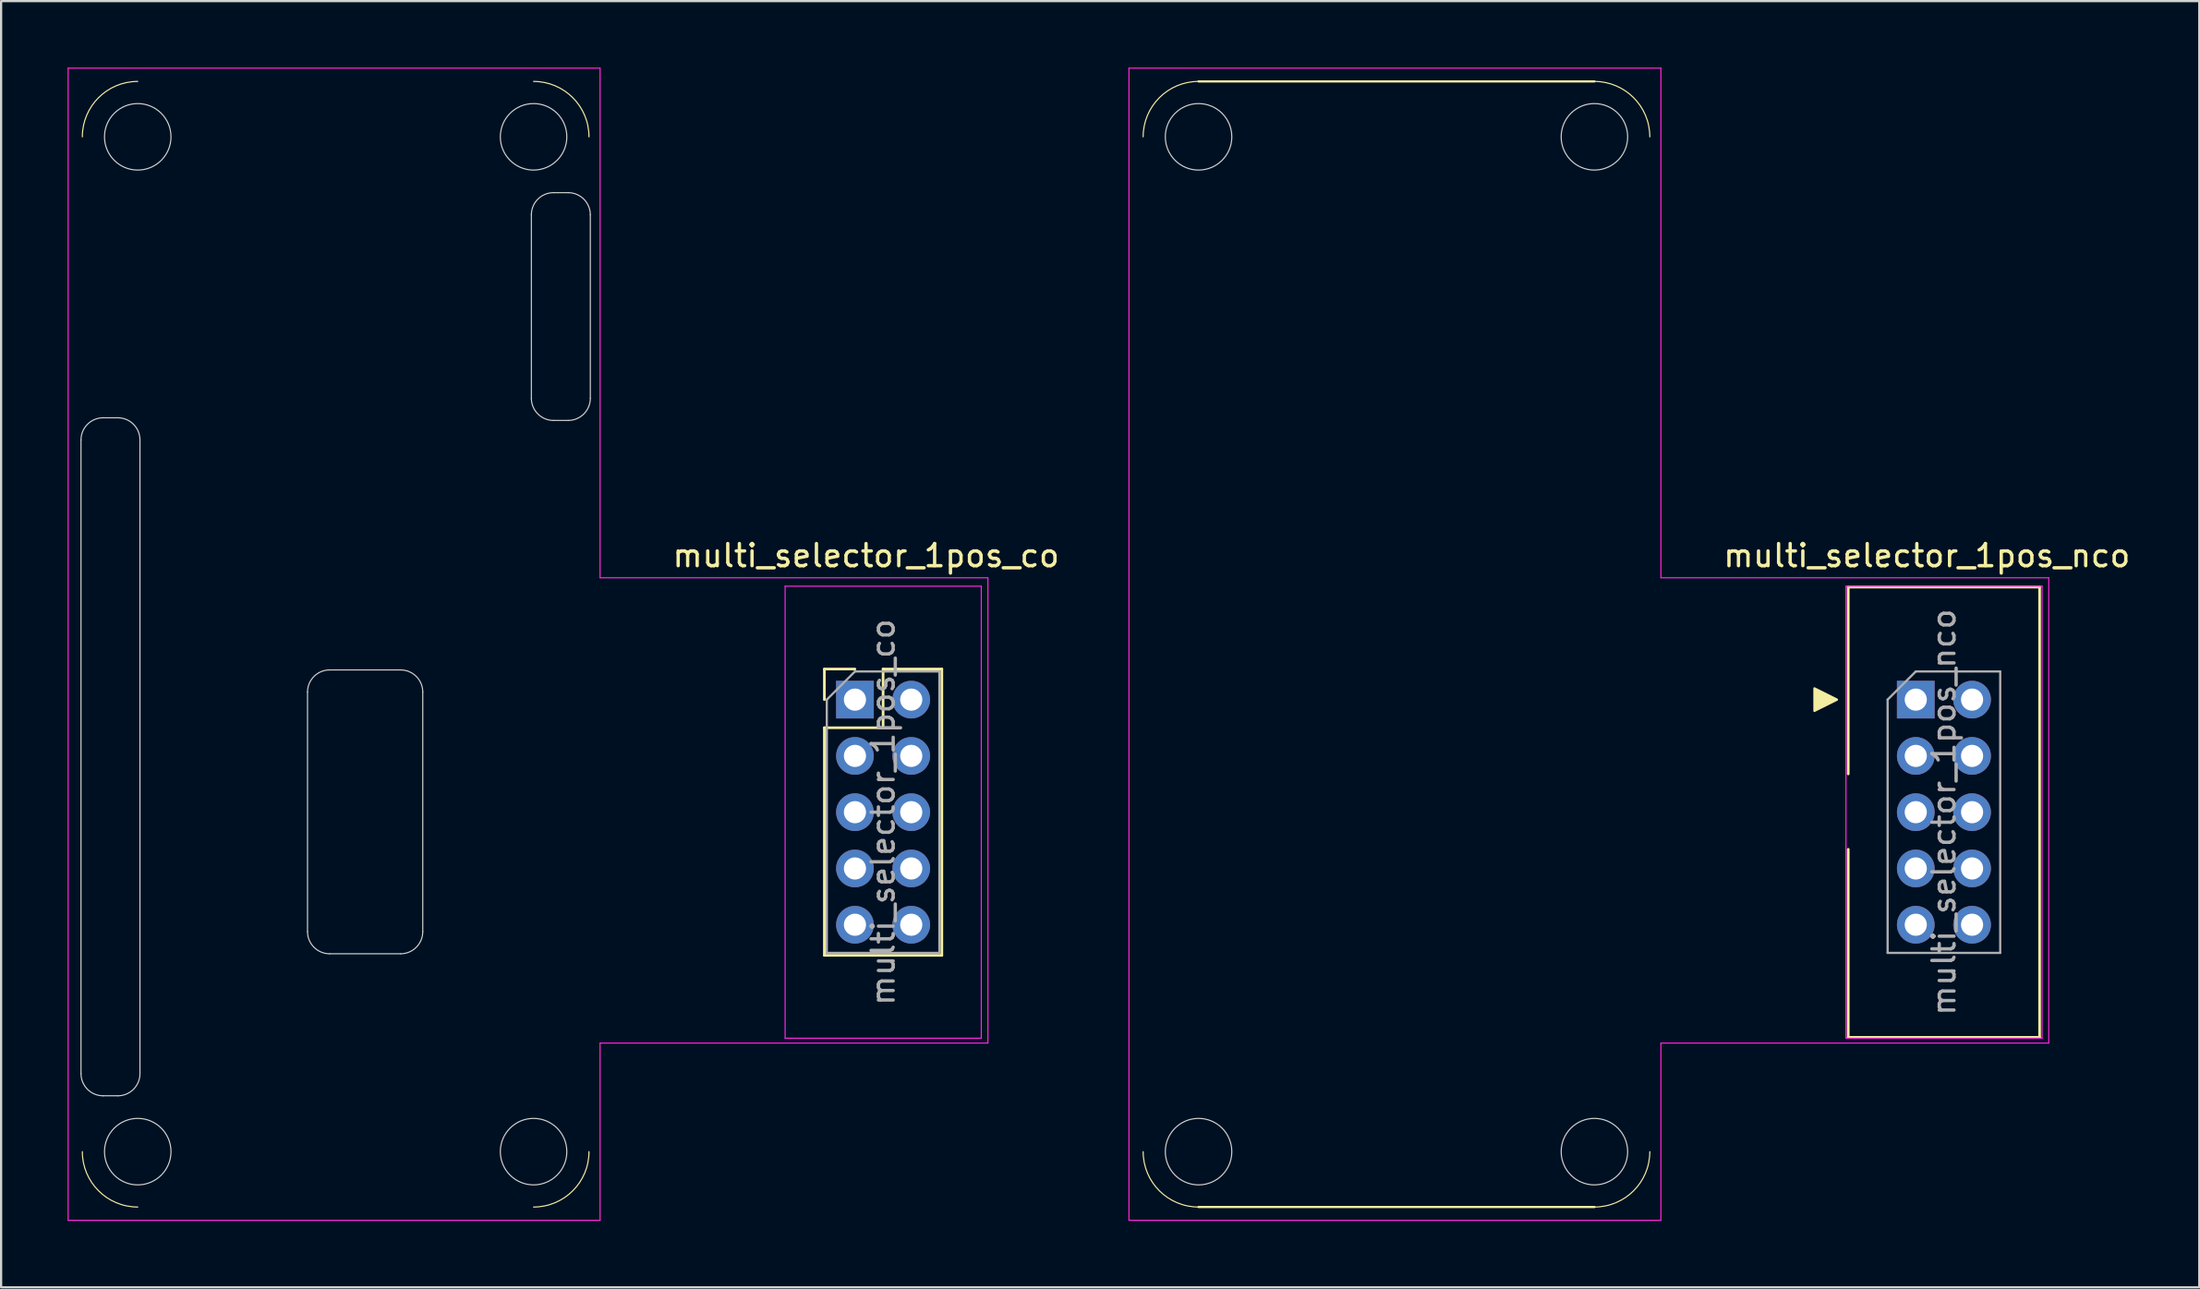
<source format=kicad_pcb>
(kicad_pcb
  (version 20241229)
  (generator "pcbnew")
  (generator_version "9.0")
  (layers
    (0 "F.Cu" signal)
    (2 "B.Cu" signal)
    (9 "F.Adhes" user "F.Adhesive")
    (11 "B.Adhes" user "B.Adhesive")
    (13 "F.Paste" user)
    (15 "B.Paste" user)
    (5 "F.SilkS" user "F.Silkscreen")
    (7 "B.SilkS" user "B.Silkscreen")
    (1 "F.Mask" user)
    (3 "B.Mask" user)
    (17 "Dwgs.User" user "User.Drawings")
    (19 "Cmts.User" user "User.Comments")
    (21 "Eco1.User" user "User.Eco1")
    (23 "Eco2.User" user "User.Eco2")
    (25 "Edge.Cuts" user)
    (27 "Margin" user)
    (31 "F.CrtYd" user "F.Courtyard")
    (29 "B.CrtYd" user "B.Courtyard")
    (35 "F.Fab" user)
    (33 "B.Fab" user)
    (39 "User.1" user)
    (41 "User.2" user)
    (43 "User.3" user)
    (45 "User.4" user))
  (footprint "multi_selector_1pos_co"
    (layer "F.Cu")
    (at 35.525 28.525)
    (property "Reference" "multi_selector_1pos_co" (at 0.5 -6.5 0) (layer "F.SilkS") (effects (font (size 1 1) (thickness 0.15))))
    (attr through_hole)
    (fp_line (start -1.38 -1.38) (end 0 -1.38) (stroke (width 0.12) (type solid)) (layer "F.SilkS"))
    (fp_line (start -1.38 0) (end -1.38 -1.38) (stroke (width 0.12) (type solid)) (layer "F.SilkS"))
    (fp_line (start -1.38 1.27) (end -1.38 11.54) (stroke (width 0.12) (type solid)) (layer "F.SilkS"))
    (fp_line (start -1.38 1.27) (end 1.27 1.27) (stroke (width 0.12) (type solid)) (layer "F.SilkS"))
    (fp_line (start -1.38 11.54) (end 3.92 11.54) (stroke (width 0.12) (type solid)) (layer "F.SilkS"))
    (fp_line (start 1.27 -1.38) (end 3.92 -1.38) (stroke (width 0.12) (type solid)) (layer "F.SilkS"))
    (fp_line (start 1.27 1.27) (end 1.27 -1.38) (stroke (width 0.12) (type solid)) (layer "F.SilkS"))
    (fp_line (start 3.92 -1.38) (end 3.92 11.54) (stroke (width 0.12) (type solid)) (layer "F.SilkS"))
    (fp_arc (start -34.86 -25.4) (mid -34.127767 -27.167767) (end -32.36 -27.9) (stroke (width 0.05) (type solid)) (layer "F.SilkS"))
    (fp_arc (start -32.36 22.9) (mid -34.127767 22.167767) (end -34.86 20.4) (stroke (width 0.05) (type solid)) (layer "F.SilkS"))
    (fp_arc (start -14.5 -27.9) (mid -12.732233 -27.167767) (end -12 -25.4) (stroke (width 0.05) (type solid)) (layer "F.SilkS"))
    (fp_arc (start -12 20.4) (mid -12.732233 22.167767) (end -14.5 22.9) (stroke (width 0.05) (type solid)) (layer "F.SilkS"))
    (fp_line (start -34.92 16.88) (end -34.92 -11.72) (stroke (width 0.05) (type default)) (layer "Edge.Cuts"))
    (fp_line (start -33.92 -12.72) (end -33.26 -12.72) (stroke (width 0.05) (type default)) (layer "Edge.Cuts"))
    (fp_line (start -33.26 17.88) (end -33.92 17.88) (stroke (width 0.05) (type default)) (layer "Edge.Cuts"))
    (fp_line (start -32.26 -11.72) (end -32.26 16.88) (stroke (width 0.05) (type default)) (layer "Edge.Cuts"))
    (fp_line (start -24.7 10.47) (end -24.7 -0.34) (stroke (width 0.05) (type default)) (layer "Edge.Cuts"))
    (fp_line (start -23.7 -1.34) (end -20.5 -1.34) (stroke (width 0.05) (type default)) (layer "Edge.Cuts"))
    (fp_line (start -20.5 11.47) (end -23.7 11.47) (stroke (width 0.05) (type default)) (layer "Edge.Cuts"))
    (fp_line (start -19.5 -0.34) (end -19.5 10.47) (stroke (width 0.05) (type default)) (layer "Edge.Cuts"))
    (fp_line (start -14.6 -13.6) (end -14.6 -21.88) (stroke (width 0.05) (type default)) (layer "Edge.Cuts"))
    (fp_line (start -13.6 -22.88) (end -12.94 -22.88) (stroke (width 0.05) (type default)) (layer "Edge.Cuts"))
    (fp_line (start -12.94 -12.6) (end -13.6 -12.6) (stroke (width 0.05) (type default)) (layer "Edge.Cuts"))
    (fp_line (start -11.94 -21.88) (end -11.94 -13.6) (stroke (width 0.05) (type default)) (layer "Edge.Cuts"))
    (fp_arc (start -34.92 -11.72) (mid -34.627107 -12.427107) (end -33.92 -12.72) (stroke (width 0.05) (type default)) (layer "Edge.Cuts"))
    (fp_arc (start -33.92 17.88) (mid -34.627107 17.587107) (end -34.92 16.88) (stroke (width 0.05) (type default)) (layer "Edge.Cuts"))
    (fp_arc (start -33.26 -12.72) (mid -32.552893 -12.427107) (end -32.26 -11.72) (stroke (width 0.05) (type default)) (layer "Edge.Cuts"))
    (fp_arc (start -32.26 16.88) (mid -32.552893 17.587107) (end -33.26 17.88) (stroke (width 0.05) (type default)) (layer "Edge.Cuts"))
    (fp_arc (start -24.7 -0.34) (mid -24.407107 -1.047107) (end -23.7 -1.34) (stroke (width 0.05) (type default)) (layer "Edge.Cuts"))
    (fp_arc (start -23.7 11.47) (mid -24.407107 11.177107) (end -24.7 10.47) (stroke (width 0.05) (type default)) (layer "Edge.Cuts"))
    (fp_arc (start -20.5 -1.34) (mid -19.792893 -1.047107) (end -19.5 -0.34) (stroke (width 0.05) (type default)) (layer "Edge.Cuts"))
    (fp_arc (start -19.5 10.47) (mid -19.792893 11.177107) (end -20.5 11.47) (stroke (width 0.05) (type default)) (layer "Edge.Cuts"))
    (fp_arc (start -14.6 -21.88) (mid -14.307107 -22.587107) (end -13.6 -22.88) (stroke (width 0.05) (type default)) (layer "Edge.Cuts"))
    (fp_arc (start -13.6 -12.6) (mid -14.307107 -12.892893) (end -14.6 -13.6) (stroke (width 0.05) (type default)) (layer "Edge.Cuts"))
    (fp_arc (start -12.94 -22.88) (mid -12.232893 -22.587107) (end -11.94 -21.88) (stroke (width 0.05) (type default)) (layer "Edge.Cuts"))
    (fp_arc (start -11.94 -13.6) (mid -12.232893 -12.892893) (end -12.94 -12.6) (stroke (width 0.05) (type default)) (layer "Edge.Cuts"))
    (fp_circle (center -32.36 -25.4) (end -30.86 -25.4) (stroke (width 0.05) (type solid)) (fill no) (layer "Edge.Cuts"))
    (fp_circle (center -32.36 20.4) (end -30.86 20.4) (stroke (width 0.05) (type solid)) (fill no) (layer "Edge.Cuts"))
    (fp_circle (center -14.5 -25.4) (end -13 -25.4) (stroke (width 0.05) (type solid)) (fill no) (layer "Edge.Cuts"))
    (fp_circle (center -14.5 20.4) (end -13 20.4) (stroke (width 0.05) (type solid)) (fill no) (layer "Edge.Cuts"))
    (fp_line (start -35.5 23.5) (end -35.5 -28.5) (stroke (width 0.05) (type default)) (layer "F.CrtYd"))
    (fp_line (start -35.5 23.5) (end -11.5 23.5) (stroke (width 0.05) (type default)) (layer "F.CrtYd"))
    (fp_line (start -11.5 -28.5) (end -35.5 -28.5) (stroke (width 0.05) (type default)) (layer "F.CrtYd"))
    (fp_line (start -11.5 -28.5) (end -11.5 -5.5) (stroke (width 0.05) (type solid)) (layer "F.CrtYd"))
    (fp_line (start -11.5 -5.5) (end 6 -5.5) (stroke (width 0.05) (type solid)) (layer "F.CrtYd"))
    (fp_line (start -11.5 15.5) (end -11.5 23.5) (stroke (width 0.05) (type solid)) (layer "F.CrtYd"))
    (fp_line (start -3.15 -5.12) (end 5.7 -5.12) (stroke (width 0.05) (type solid)) (layer "F.CrtYd"))
    (fp_line (start -3.15 15.28) (end -3.15 -5.12) (stroke (width 0.05) (type solid)) (layer "F.CrtYd"))
    (fp_line (start -3.15 15.28) (end 5.7 15.28) (stroke (width 0.05) (type solid)) (layer "F.CrtYd"))
    (fp_line (start 5.7 15.28) (end 5.7 -5.12) (stroke (width 0.05) (type solid)) (layer "F.CrtYd"))
    (fp_line (start 6 -5.5) (end 6 15.5) (stroke (width 0.05) (type solid)) (layer "F.CrtYd"))
    (fp_line (start 6 15.5) (end -11.5 15.5) (stroke (width 0.05) (type solid)) (layer "F.CrtYd"))
    (fp_line (start -1.27 0) (end 0 -1.27) (stroke (width 0.1) (type solid)) (layer "F.Fab"))
    (fp_line (start -1.27 11.43) (end -1.27 0) (stroke (width 0.1) (type solid)) (layer "F.Fab"))
    (fp_line (start 0 -1.27) (end 3.81 -1.27) (stroke (width 0.1) (type solid)) (layer "F.Fab"))
    (fp_line (start 3.81 -1.27) (end 3.81 11.43) (stroke (width 0.1) (type solid)) (layer "F.Fab"))
    (fp_line (start 3.81 11.43) (end -1.27 11.43) (stroke (width 0.1) (type solid)) (layer "F.Fab"))
    (fp_text user "${REFERENCE}" (at 1.27 5.08 90) (layer "F.Fab") (effects (font (size 1 1) (thickness 0.15))))
    (pad "1" thru_hole rect (at 0 0) (size 1.7 1.7) (drill 1) (layers "*.Cu" "*.Mask"))
    (pad "2" thru_hole circle (at 2.54 0) (size 1.7 1.7) (drill 1) (layers "*.Cu" "*.Mask"))
    (pad "3" thru_hole circle (at 0 2.54) (size 1.7 1.7) (drill 1) (layers "*.Cu" "*.Mask"))
    (pad "4" thru_hole circle (at 2.54 2.54) (size 1.7 1.7) (drill 1) (layers "*.Cu" "*.Mask"))
    (pad "5" thru_hole circle (at 0 5.08) (size 1.7 1.7) (drill 1) (layers "*.Cu" "*.Mask"))
    (pad "6" thru_hole circle (at 2.54 5.08) (size 1.7 1.7) (drill 1) (layers "*.Cu" "*.Mask"))
    (pad "7" thru_hole circle (at 0 7.62) (size 1.7 1.7) (drill 1) (layers "*.Cu" "*.Mask"))
    (pad "8" thru_hole circle (at 2.54 7.62) (size 1.7 1.7) (drill 1) (layers "*.Cu" "*.Mask"))
    (pad "9" thru_hole circle (at 0 10.16) (size 1.7 1.7) (drill 1) (layers "*.Cu" "*.Mask"))
    (pad "10" thru_hole circle (at 2.54 10.16) (size 1.7 1.7) (drill 1) (layers "*.Cu" "*.Mask")))
  (footprint "multi_selector_1pos_nco"
    (layer "F.Cu")
    (at 83.389 28.525)
    (property "Reference" "multi_selector_1pos_nco" (at 0.5 -6.5 0) (layer "F.SilkS") (effects (font (size 1 1) (thickness 0.15))))
    (attr through_hole)
    (fp_line (start -32.36 -27.9) (end -14.5 -27.9) (stroke (width 0.1) (type default)) (layer "F.SilkS"))
    (fp_line (start -32.36 22.9) (end -14.5 22.9) (stroke (width 0.1) (type default)) (layer "F.SilkS"))
    (fp_line (start -3.048 -5.08) (end 5.588 -5.08) (stroke (width 0.12) (type solid)) (layer "F.SilkS"))
    (fp_line (start -3.048 3.353) (end -3.048 -5.08) (stroke (width 0.12) (type solid)) (layer "F.SilkS"))
    (fp_line (start -3.048 6.756) (end -3.048 15.24) (stroke (width 0.12) (type solid)) (layer "F.SilkS"))
    (fp_line (start -3.048 15.24) (end 5.588 15.24) (stroke (width 0.12) (type solid)) (layer "F.SilkS"))
    (fp_line (start 5.588 -5.08) (end 5.588 15.24) (stroke (width 0.12) (type solid)) (layer "F.SilkS"))
    (fp_arc (start -34.86 -25.4) (mid -34.127767 -27.167767) (end -32.36 -27.9) (stroke (width 0.05) (type solid)) (layer "F.SilkS"))
    (fp_arc (start -32.36 22.9) (mid -34.127767 22.167767) (end -34.86 20.4) (stroke (width 0.05) (type solid)) (layer "F.SilkS"))
    (fp_arc (start -14.5 -27.9) (mid -12.732233 -27.167767) (end -12 -25.4) (stroke (width 0.05) (type solid)) (layer "F.SilkS"))
    (fp_arc (start -12 20.4) (mid -12.732233 22.167767) (end -14.5 22.9) (stroke (width 0.05) (type solid)) (layer "F.SilkS"))
    (fp_poly (pts (xy -3.556 0) (xy -4.572 -0.508) (xy -4.572 0.508)) (stroke (width 0.1) (type solid)) (fill yes) (layer "F.SilkS"))
    (fp_circle (center -32.36 -25.4) (end -30.86 -25.4) (stroke (width 0.05) (type solid)) (fill no) (layer "Edge.Cuts"))
    (fp_circle (center -32.36 20.4) (end -30.86 20.4) (stroke (width 0.05) (type solid)) (fill no) (layer "Edge.Cuts"))
    (fp_circle (center -14.5 -25.4) (end -13 -25.4) (stroke (width 0.05) (type solid)) (fill no) (layer "Edge.Cuts"))
    (fp_circle (center -14.5 20.4) (end -13 20.4) (stroke (width 0.05) (type solid)) (fill no) (layer "Edge.Cuts"))
    (fp_line (start -35.5 23.5) (end -35.5 -28.5) (stroke (width 0.05) (type default)) (layer "F.CrtYd"))
    (fp_line (start -35.5 23.5) (end -11.5 23.5) (stroke (width 0.05) (type default)) (layer "F.CrtYd"))
    (fp_line (start -11.5 -28.5) (end -35.5 -28.5) (stroke (width 0.05) (type default)) (layer "F.CrtYd"))
    (fp_line (start -11.5 -28.5) (end -11.5 -5.5) (stroke (width 0.05) (type solid)) (layer "F.CrtYd"))
    (fp_line (start -11.5 -5.5) (end 6 -5.5) (stroke (width 0.05) (type solid)) (layer "F.CrtYd"))
    (fp_line (start -11.5 15.5) (end -11.5 23.5) (stroke (width 0.05) (type solid)) (layer "F.CrtYd"))
    (fp_line (start -3.15 -5.12) (end 5.7 -5.12) (stroke (width 0.05) (type solid)) (layer "F.CrtYd"))
    (fp_line (start -3.15 15.28) (end -3.15 -5.12) (stroke (width 0.05) (type solid)) (layer "F.CrtYd"))
    (fp_line (start -3.15 15.28) (end 5.7 15.28) (stroke (width 0.05) (type solid)) (layer "F.CrtYd"))
    (fp_line (start 5.7 15.28) (end 5.7 -5.12) (stroke (width 0.05) (type solid)) (layer "F.CrtYd"))
    (fp_line (start 6 -5.5) (end 6 15.5) (stroke (width 0.05) (type solid)) (layer "F.CrtYd"))
    (fp_line (start 6 15.5) (end -11.5 15.5) (stroke (width 0.05) (type solid)) (layer "F.CrtYd"))
    (fp_line (start -1.27 0) (end 0 -1.27) (stroke (width 0.1) (type solid)) (layer "F.Fab"))
    (fp_line (start -1.27 11.43) (end -1.27 0) (stroke (width 0.1) (type solid)) (layer "F.Fab"))
    (fp_line (start 0 -1.27) (end 3.81 -1.27) (stroke (width 0.1) (type solid)) (layer "F.Fab"))
    (fp_line (start 3.81 -1.27) (end 3.81 11.43) (stroke (width 0.1) (type solid)) (layer "F.Fab"))
    (fp_line (start 3.81 11.43) (end -1.27 11.43) (stroke (width 0.1) (type solid)) (layer "F.Fab"))
    (fp_text user "${REFERENCE}" (at 1.27 5.08 90) (layer "F.Fab") (effects (font (size 1 1) (thickness 0.15))))
    (pad "1" thru_hole rect (at 0 0) (size 1.7 1.7) (drill 1) (layers "*.Cu" "*.Mask"))
    (pad "2" thru_hole circle (at 2.54 0) (size 1.7 1.7) (drill 1) (layers "*.Cu" "*.Mask"))
    (pad "3" thru_hole circle (at 0 2.54) (size 1.7 1.7) (drill 1) (layers "*.Cu" "*.Mask"))
    (pad "4" thru_hole circle (at 2.54 2.54) (size 1.7 1.7) (drill 1) (layers "*.Cu" "*.Mask"))
    (pad "5" thru_hole circle (at 0 5.08) (size 1.7 1.7) (drill 1) (layers "*.Cu" "*.Mask"))
    (pad "6" thru_hole circle (at 2.54 5.08) (size 1.7 1.7) (drill 1) (layers "*.Cu" "*.Mask"))
    (pad "7" thru_hole circle (at 0 7.62) (size 1.7 1.7) (drill 1) (layers "*.Cu" "*.Mask"))
    (pad "8" thru_hole circle (at 2.54 7.62) (size 1.7 1.7) (drill 1) (layers "*.Cu" "*.Mask"))
    (pad "9" thru_hole circle (at 0 10.16) (size 1.7 1.7) (drill 1) (layers "*.Cu" "*.Mask"))
    (pad "10" thru_hole circle (at 2.54 10.16) (size 1.7 1.7) (drill 1) (layers "*.Cu" "*.Mask")))
  (gr_rect
    (start -3 -3)
    (end 96.181 55.05)
    (stroke (width 0.1) (type default))
    (fill no)
    (layer "Edge.Cuts")))
</source>
